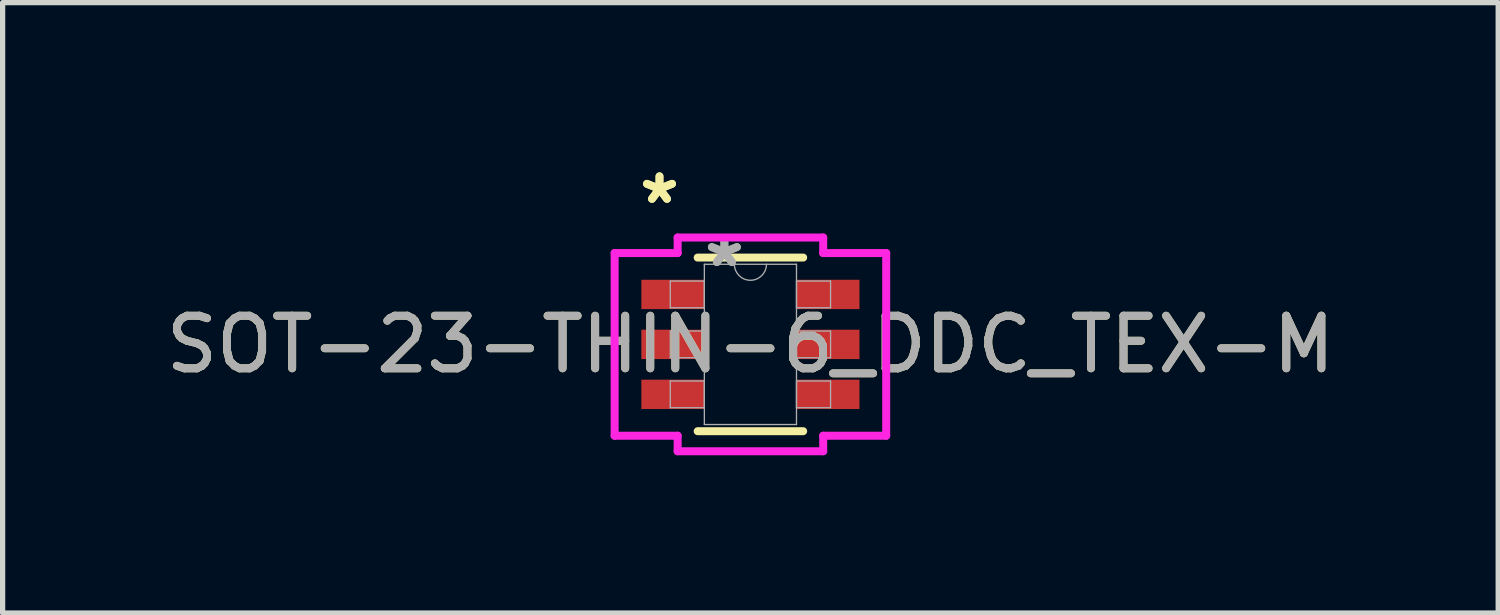
<source format=kicad_pcb>
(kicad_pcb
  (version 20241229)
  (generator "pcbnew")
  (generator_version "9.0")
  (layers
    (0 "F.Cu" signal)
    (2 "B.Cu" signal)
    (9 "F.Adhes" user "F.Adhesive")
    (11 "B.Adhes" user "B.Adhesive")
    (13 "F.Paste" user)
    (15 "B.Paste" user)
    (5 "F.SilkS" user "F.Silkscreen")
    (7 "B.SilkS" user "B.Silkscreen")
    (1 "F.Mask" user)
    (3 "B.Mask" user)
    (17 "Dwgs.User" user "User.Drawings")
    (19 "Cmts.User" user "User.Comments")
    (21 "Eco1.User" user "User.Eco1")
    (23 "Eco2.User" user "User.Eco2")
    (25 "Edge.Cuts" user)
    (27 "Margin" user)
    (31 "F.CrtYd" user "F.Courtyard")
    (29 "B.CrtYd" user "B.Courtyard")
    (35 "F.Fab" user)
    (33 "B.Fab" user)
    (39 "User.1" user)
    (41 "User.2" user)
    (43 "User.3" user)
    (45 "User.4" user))
  (footprint "SOT-23-THIN-6_DDC_TEX-M"
    (layer "F.Cu")
    (at 11.22 3.499)
    (property "Reference" "SOT-23-THIN-6_DDC_TEX-M" (at 0 0 0) (unlocked yes) (layer "F.SilkS") (effects (font (size 1 1) (thickness 0.15))))
    (attr smd)
    (fp_line (start -1.003 1.651) (end 1.003 1.651) (stroke (width 0.152) (type solid)) (layer "F.SilkS"))
    (fp_line (start 1.003 -1.651) (end -1.003 -1.651) (stroke (width 0.152) (type solid)) (layer "F.SilkS"))
    (fp_line (start -2.582 -1.737) (end -1.384 -1.737) (stroke (width 0.152) (type solid)) (layer "F.CrtYd"))
    (fp_line (start -2.582 1.737) (end -2.582 -1.737) (stroke (width 0.152) (type solid)) (layer "F.CrtYd"))
    (fp_line (start -2.582 1.737) (end -1.384 1.737) (stroke (width 0.152) (type solid)) (layer "F.CrtYd"))
    (fp_line (start -1.384 -2.032) (end 1.384 -2.032) (stroke (width 0.152) (type solid)) (layer "F.CrtYd"))
    (fp_line (start -1.384 -1.737) (end -1.384 -2.032) (stroke (width 0.152) (type solid)) (layer "F.CrtYd"))
    (fp_line (start -1.384 2.032) (end -1.384 1.737) (stroke (width 0.152) (type solid)) (layer "F.CrtYd"))
    (fp_line (start 1.384 -2.032) (end 1.384 -1.737) (stroke (width 0.152) (type solid)) (layer "F.CrtYd"))
    (fp_line (start 1.384 1.737) (end 1.384 2.032) (stroke (width 0.152) (type solid)) (layer "F.CrtYd"))
    (fp_line (start 1.384 2.032) (end -1.384 2.032) (stroke (width 0.152) (type solid)) (layer "F.CrtYd"))
    (fp_line (start 2.582 -1.737) (end 1.384 -1.737) (stroke (width 0.152) (type solid)) (layer "F.CrtYd"))
    (fp_line (start 2.582 -1.737) (end 2.582 1.737) (stroke (width 0.152) (type solid)) (layer "F.CrtYd"))
    (fp_line (start 2.582 1.737) (end 1.384 1.737) (stroke (width 0.152) (type solid)) (layer "F.CrtYd"))
    (fp_line (start -1.524 -1.204) (end -1.524 -0.696) (stroke (width 0.025) (type solid)) (layer "F.Fab"))
    (fp_line (start -1.524 -0.696) (end -0.876 -0.696) (stroke (width 0.025) (type solid)) (layer "F.Fab"))
    (fp_line (start -1.524 -0.254) (end -1.524 0.254) (stroke (width 0.025) (type solid)) (layer "F.Fab"))
    (fp_line (start -1.524 0.254) (end -0.876 0.254) (stroke (width 0.025) (type solid)) (layer "F.Fab"))
    (fp_line (start -1.524 0.696) (end -1.524 1.204) (stroke (width 0.025) (type solid)) (layer "F.Fab"))
    (fp_line (start -1.524 1.204) (end -0.876 1.204) (stroke (width 0.025) (type solid)) (layer "F.Fab"))
    (fp_line (start -0.876 -1.524) (end -0.876 1.524) (stroke (width 0.025) (type solid)) (layer "F.Fab"))
    (fp_line (start -0.876 -1.204) (end -1.524 -1.204) (stroke (width 0.025) (type solid)) (layer "F.Fab"))
    (fp_line (start -0.876 -0.696) (end -0.876 -1.204) (stroke (width 0.025) (type solid)) (layer "F.Fab"))
    (fp_line (start -0.876 -0.254) (end -1.524 -0.254) (stroke (width 0.025) (type solid)) (layer "F.Fab"))
    (fp_line (start -0.876 0.254) (end -0.876 -0.254) (stroke (width 0.025) (type solid)) (layer "F.Fab"))
    (fp_line (start -0.876 0.696) (end -1.524 0.696) (stroke (width 0.025) (type solid)) (layer "F.Fab"))
    (fp_line (start -0.876 1.204) (end -0.876 0.696) (stroke (width 0.025) (type solid)) (layer "F.Fab"))
    (fp_line (start -0.876 1.524) (end 0.876 1.524) (stroke (width 0.025) (type solid)) (layer "F.Fab"))
    (fp_line (start 0.876 -1.524) (end -0.876 -1.524) (stroke (width 0.025) (type solid)) (layer "F.Fab"))
    (fp_line (start 0.876 -1.204) (end 0.876 -0.696) (stroke (width 0.025) (type solid)) (layer "F.Fab"))
    (fp_line (start 0.876 -0.696) (end 1.524 -0.696) (stroke (width 0.025) (type solid)) (layer "F.Fab"))
    (fp_line (start 0.876 -0.254) (end 0.876 0.254) (stroke (width 0.025) (type solid)) (layer "F.Fab"))
    (fp_line (start 0.876 0.254) (end 1.524 0.254) (stroke (width 0.025) (type solid)) (layer "F.Fab"))
    (fp_line (start 0.876 0.696) (end 0.876 1.204) (stroke (width 0.025) (type solid)) (layer "F.Fab"))
    (fp_line (start 0.876 1.204) (end 1.524 1.204) (stroke (width 0.025) (type solid)) (layer "F.Fab"))
    (fp_line (start 0.876 1.524) (end 0.876 -1.524) (stroke (width 0.025) (type solid)) (layer "F.Fab"))
    (fp_line (start 1.524 -1.204) (end 0.876 -1.204) (stroke (width 0.025) (type solid)) (layer "F.Fab"))
    (fp_line (start 1.524 -0.696) (end 1.524 -1.204) (stroke (width 0.025) (type solid)) (layer "F.Fab"))
    (fp_line (start 1.524 -0.254) (end 0.876 -0.254) (stroke (width 0.025) (type solid)) (layer "F.Fab"))
    (fp_line (start 1.524 0.254) (end 1.524 -0.254) (stroke (width 0.025) (type solid)) (layer "F.Fab"))
    (fp_line (start 1.524 0.696) (end 0.876 0.696) (stroke (width 0.025) (type solid)) (layer "F.Fab"))
    (fp_line (start 1.524 1.204) (end 1.524 0.696) (stroke (width 0.025) (type solid)) (layer "F.Fab"))
    (fp_arc (start 0.3048 -1.524) (mid 0 -1.2192) (end -0.3048 -1.524) (stroke (width 0.0254) (type solid)) (layer "F.Fab"))
    (fp_text user "*" (at -1.729 -2.651 0) (unlocked yes) (layer "F.SilkS") (effects (font (size 1 1) (thickness 0.15))))
    (fp_text user "*" (at -1.729 -2.651 0) (layer "F.SilkS") (effects (font (size 1 1) (thickness 0.15))))
    (fp_text user "${REFERENCE}" (at 0 0 0) (unlocked yes) (layer "F.Fab") (effects (font (size 1 1) (thickness 0.15))))
    (fp_text user "*" (at -0.495 -1.448 0) (layer "F.Fab") (effects (font (size 1 1) (thickness 0.15))))
    (fp_text user "*" (at -0.495 -1.448 0) (unlocked yes) (layer "F.Fab") (effects (font (size 1 1) (thickness 0.15))))
    (pad "1" smd rect (at -1.475 -0.95) (size 1.198 0.558) (layers "F.Cu" "F.Mask" "F.Paste"))
    (pad "2" smd rect (at -1.475 0) (size 1.198 0.558) (layers "F.Cu" "F.Mask" "F.Paste"))
    (pad "3" smd rect (at -1.475 0.95) (size 1.198 0.558) (layers "F.Cu" "F.Mask" "F.Paste"))
    (pad "4" smd rect (at 1.475 0.95) (size 1.198 0.558) (layers "F.Cu" "F.Mask" "F.Paste"))
    (pad "5" smd rect (at 1.475 0) (size 1.198 0.558) (layers "F.Cu" "F.Mask" "F.Paste"))
    (pad "6" smd rect (at 1.475 -0.95) (size 1.198 0.558) (layers "F.Cu" "F.Mask" "F.Paste")))
  (gr_rect
    (start -3 -3)
    (end 25.44 8.607)
    (stroke (width 0.1) (type default))
    (fill no)
    (layer "Edge.Cuts")))
</source>
